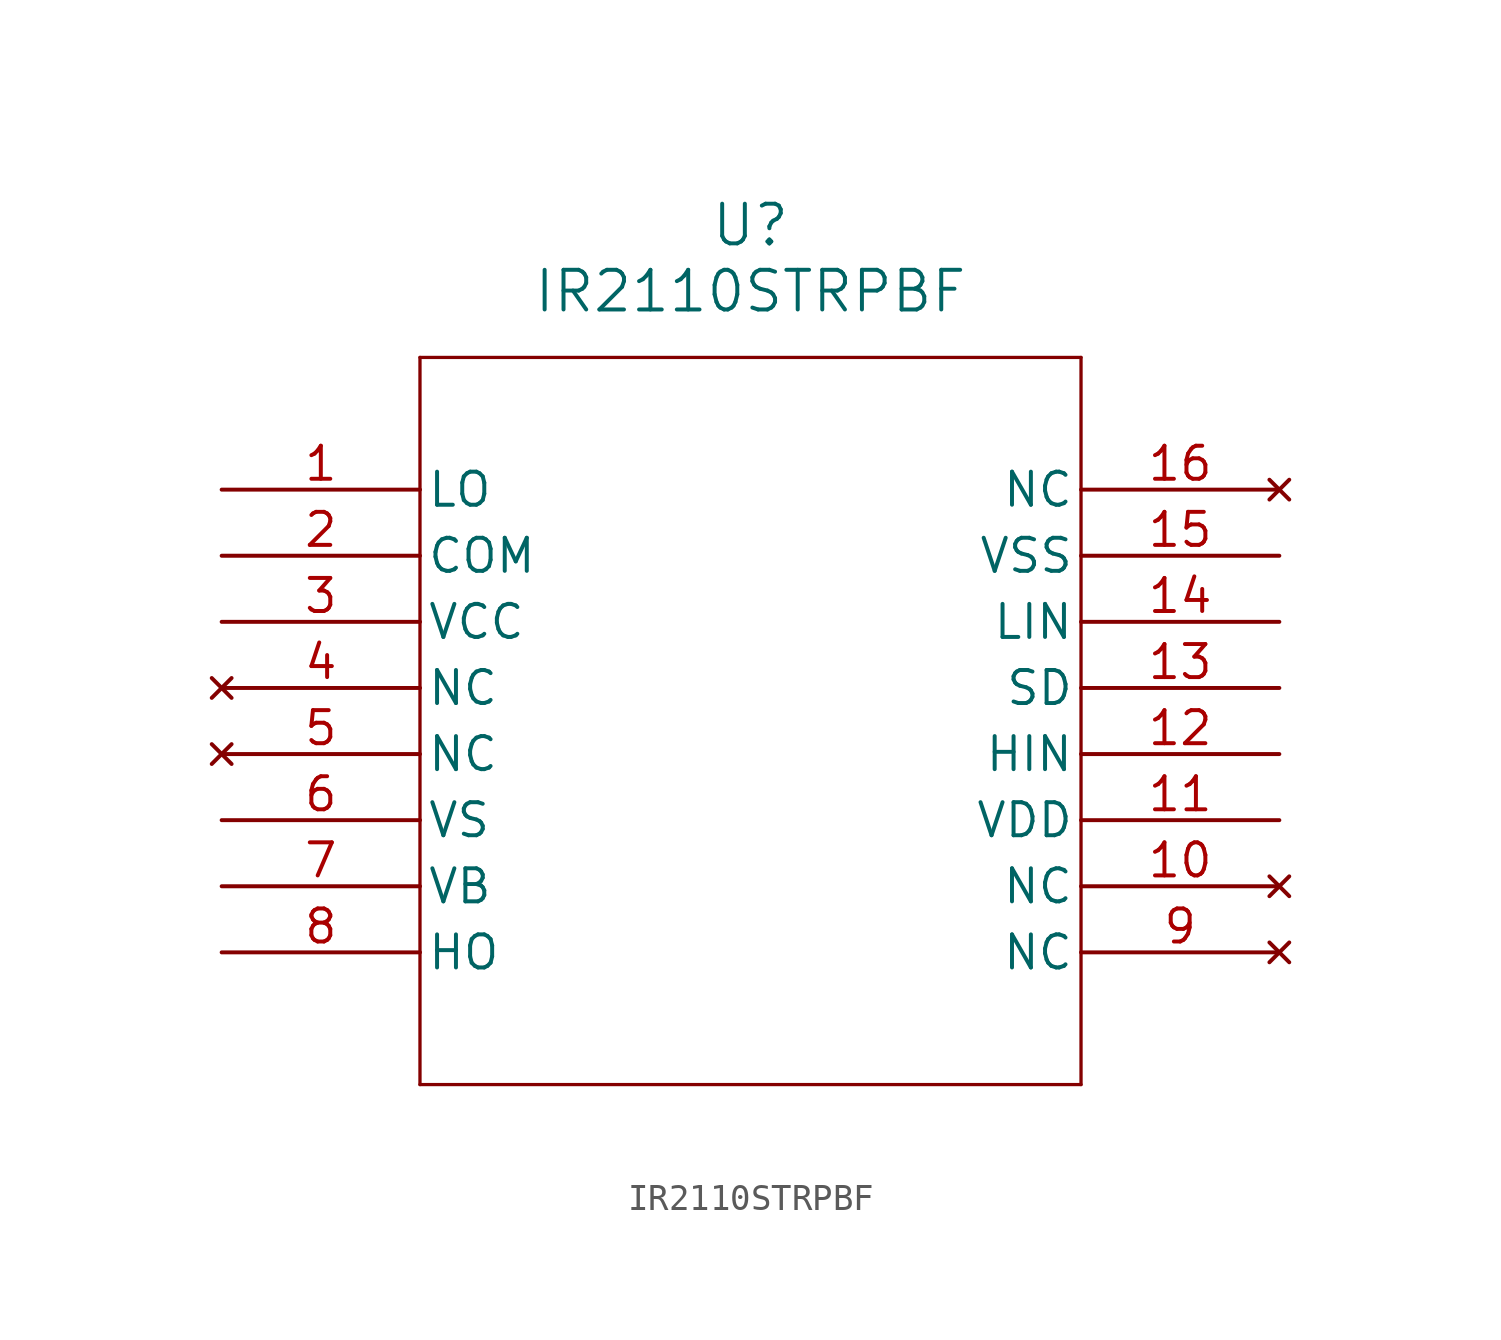
<source format=kicad_sym>
(kicad_symbol_lib
  (version 20211014)
  (generator kicad_symbol_editor)
  (symbol "IR2110STRPBF"
    (pin_names
      (offset 0.254))
    (property "Reference" "U"
      (at 20.32 10.16 0)
      (effects (font (size 1.524 1.524))))
    (property "Value" "IR2110STRPBF"
      (at 20.32 7.62 0)
      (effects (font (size 1.524 1.524))))
    (symbol "IR2110STRPBF_0_1"
      (polyline (pts (xy 7.62 5.08) (xy 7.62 -22.86)) (stroke (width 0.127) (type default) (color 0 0 0 0)) (fill (type none)))
      (polyline (pts (xy 7.62 -22.86) (xy 33.02 -22.86)) (stroke (width 0.127) (type default) (color 0 0 0 0)) (fill (type none)))
      (polyline (pts (xy 33.02 -22.86) (xy 33.02 5.08)) (stroke (width 0.127) (type default) (color 0 0 0 0)) (fill (type none)))
      (polyline (pts (xy 33.02 5.08) (xy 7.62 5.08)) (stroke (width 0.127) (type default) (color 0 0 0 0)) (fill (type none)))
      (pin output line (at 0 0 0) (length 7.62) (name "LO" (effects (font (size 1.27 1.27)))) (number "1" (effects (font (size 1.27 1.27)))))
      (pin unspecified line (at 0 -2.54 0) (length 7.62) (name "COM" (effects (font (size 1.27 1.27)))) (number "2" (effects (font (size 1.27 1.27)))))
      (pin power_in line (at 0 -5.08 0) (length 7.62) (name "VCC" (effects (font (size 1.27 1.27)))) (number "3" (effects (font (size 1.27 1.27)))))
      (pin no_connect line (at 0 -7.62 0) (length 7.62) (name "NC" (effects (font (size 1.27 1.27)))) (number "4" (effects (font (size 1.27 1.27)))))
      (pin no_connect line (at 0 -10.16 0) (length 7.62) (name "NC" (effects (font (size 1.27 1.27)))) (number "5" (effects (font (size 1.27 1.27)))))
      (pin power_in line (at 0 -12.7 0) (length 7.62) (name "VS" (effects (font (size 1.27 1.27)))) (number "6" (effects (font (size 1.27 1.27)))))
      (pin power_in line (at 0 -15.24 0) (length 7.62) (name "VB" (effects (font (size 1.27 1.27)))) (number "7" (effects (font (size 1.27 1.27)))))
      (pin output line (at 0 -17.78 0) (length 7.62) (name "HO" (effects (font (size 1.27 1.27)))) (number "8" (effects (font (size 1.27 1.27)))))
      (pin no_connect line (at 40.64 -17.78 180) (length 7.62) (name "NC" (effects (font (size 1.27 1.27)))) (number "9" (effects (font (size 1.27 1.27)))))
      (pin no_connect line (at 40.64 -15.24 180) (length 7.62) (name "NC" (effects (font (size 1.27 1.27)))) (number "10" (effects (font (size 1.27 1.27)))))
      (pin power_in line (at 40.64 -12.7 180) (length 7.62) (name "VDD" (effects (font (size 1.27 1.27)))) (number "11" (effects (font (size 1.27 1.27)))))
      (pin input line (at 40.64 -10.16 180) (length 7.62) (name "HIN" (effects (font (size 1.27 1.27)))) (number "12" (effects (font (size 1.27 1.27)))))
      (pin input line (at 40.64 -7.62 180) (length 7.62) (name "SD" (effects (font (size 1.27 1.27)))) (number "13" (effects (font (size 1.27 1.27)))))
      (pin input line (at 40.64 -5.08 180) (length 7.62) (name "LIN" (effects (font (size 1.27 1.27)))) (number "14" (effects (font (size 1.27 1.27)))))
      (pin power_in line (at 40.64 -2.54 180) (length 7.62) (name "VSS" (effects (font (size 1.27 1.27)))) (number "15" (effects (font (size 1.27 1.27)))))
      (pin no_connect line (at 40.64 0 180) (length 7.62) (name "NC" (effects (font (size 1.27 1.27)))) (number "16" (effects (font (size 1.27 1.27))))))))
</source>
